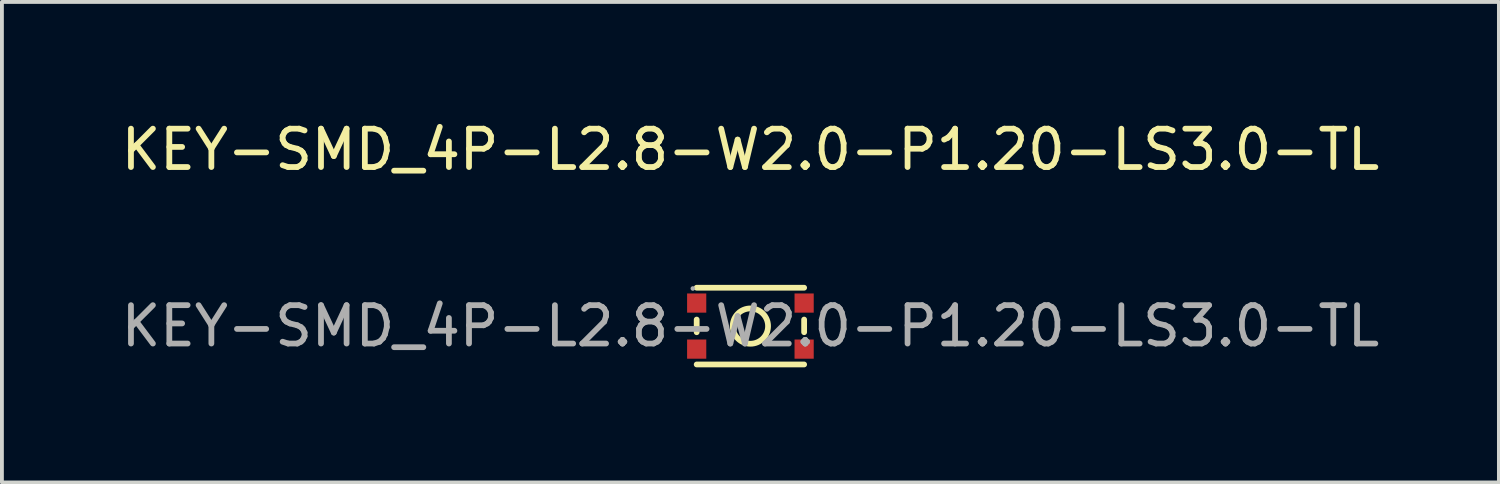
<source format=kicad_pcb>
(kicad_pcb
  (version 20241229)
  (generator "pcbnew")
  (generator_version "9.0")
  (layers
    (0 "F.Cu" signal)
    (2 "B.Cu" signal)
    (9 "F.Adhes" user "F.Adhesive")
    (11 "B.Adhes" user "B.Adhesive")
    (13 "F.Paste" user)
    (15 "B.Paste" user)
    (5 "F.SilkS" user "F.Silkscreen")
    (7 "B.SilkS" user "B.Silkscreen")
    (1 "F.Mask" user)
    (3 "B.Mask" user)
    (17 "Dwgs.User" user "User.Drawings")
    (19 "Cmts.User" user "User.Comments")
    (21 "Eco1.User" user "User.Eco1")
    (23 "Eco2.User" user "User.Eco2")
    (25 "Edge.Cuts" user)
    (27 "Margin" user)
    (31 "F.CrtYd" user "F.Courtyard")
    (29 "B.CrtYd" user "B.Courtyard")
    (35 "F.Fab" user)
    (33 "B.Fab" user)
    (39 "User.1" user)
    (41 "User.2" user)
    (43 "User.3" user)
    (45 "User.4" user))
  (footprint "KEY-SMD_4P-L2.8-W2.0-P1.20-LS3.0-TL"
    (layer "F.Cu")
    (at 16.506 5.448)
    (property "Reference" "KEY-SMD_4P-L2.8-W2.0-P1.20-LS3.0-TL" (at 0 -4.6 0) (layer "F.SilkS") (effects (font (size 1 1) (thickness 0.15))))
    (attr smd)
    (fp_line (start -1.4 -1) (end 1.4 -1) (stroke (width 0.15) (type solid)) (layer "F.SilkS"))
    (fp_line (start -1.4 -0.17) (end -1.4 0.16) (stroke (width 0.15) (type solid)) (layer "F.SilkS"))
    (fp_line (start -1.4 1) (end 1.4 1) (stroke (width 0.15) (type solid)) (layer "F.SilkS"))
    (fp_line (start 1.4 -0.17) (end 1.4 0.16) (stroke (width 0.15) (type solid)) (layer "F.SilkS"))
    (fp_circle (center 0 0) (end 0.46 0) (stroke (width 0.15) (type solid)) (fill no) (layer "F.SilkS"))
    (fp_circle (center -1.5 -0.98) (end -1.47 -0.98) (stroke (width 0.06) (type solid)) (fill no) (layer "F.Fab"))
    (fp_text user "${REFERENCE}" (at 0 0 0) (layer "F.Fab") (effects (font (size 1 1) (thickness 0.15))))
    (pad "1" smd rect (at -1.4 -0.6) (size 0.5 0.5) (layers "F.Cu" "F.Mask" "F.Paste"))
    (pad "2" smd rect (at 1.4 -0.6) (size 0.5 0.5) (layers "F.Cu" "F.Mask" "F.Paste"))
    (pad "3" smd rect (at -1.4 0.6) (size 0.5 0.5) (layers "F.Cu" "F.Mask" "F.Paste"))
    (pad "4" smd rect (at 1.4 0.6) (size 0.5 0.5) (layers "F.Cu" "F.Mask" "F.Paste")))
  (gr_rect
    (start -3 -3)
    (end 36.012 9.523)
    (stroke (width 0.1) (type default))
    (fill no)
    (layer "Edge.Cuts")))
</source>
